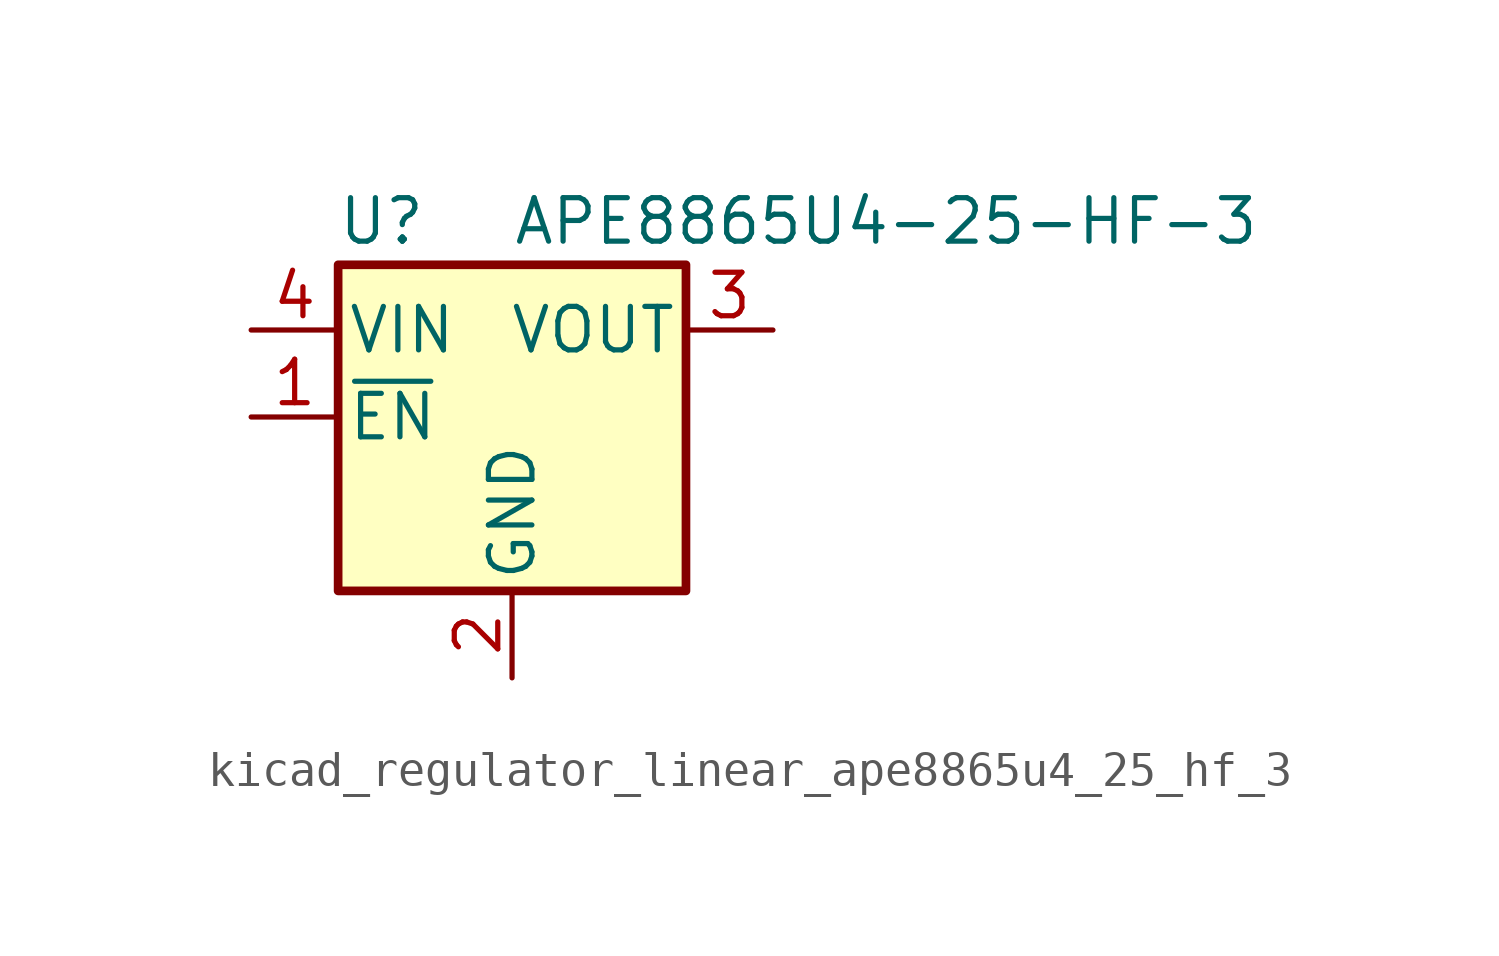
<source format=kicad_sym>
(kicad_symbol_lib
  (version 20220914)
  (generator kicad_symbol_editor)
  (symbol "kicad_regulator_linear_ape8865u4_25_hf_3"
    (pin_names
      (offset 0.254))
    (property "Reference" "U"
      (at -3.81 5.715 0)
      (effects (font (size 1.27 1.27))))
    (property "Value" "APE8865U4-25-HF-3"
      (at 0 5.715 0)
      (effects (font (size 1.27 1.27)) (justify left)))
    (symbol "kicad_regulator_linear_ape8865u4_25_hf_3_0_1"
      (rectangle (start -5.08 4.445) (end 5.08 -5.08) (stroke (width 0.254) (type default)) (fill (type background))))
    (symbol "kicad_regulator_linear_ape8865u4_25_hf_3_1_1"
      (pin input line (at -7.62 0 0) (length 2.54) (name "~{EN}" (effects (font (size 1.27 1.27)))) (number "1" (effects (font (size 1.27 1.27)))))
      (pin power_in line (at 0 -7.62 90) (length 2.54) (name "GND" (effects (font (size 1.27 1.27)))) (number "2" (effects (font (size 1.27 1.27)))))
      (pin power_out line (at 7.62 2.54 180) (length 2.54) (name "VOUT" (effects (font (size 1.27 1.27)))) (number "3" (effects (font (size 1.27 1.27)))))
      (pin power_in line (at -7.62 2.54 0) (length 2.54) (name "VIN" (effects (font (size 1.27 1.27)))) (number "4" (effects (font (size 1.27 1.27))))))))
</source>
